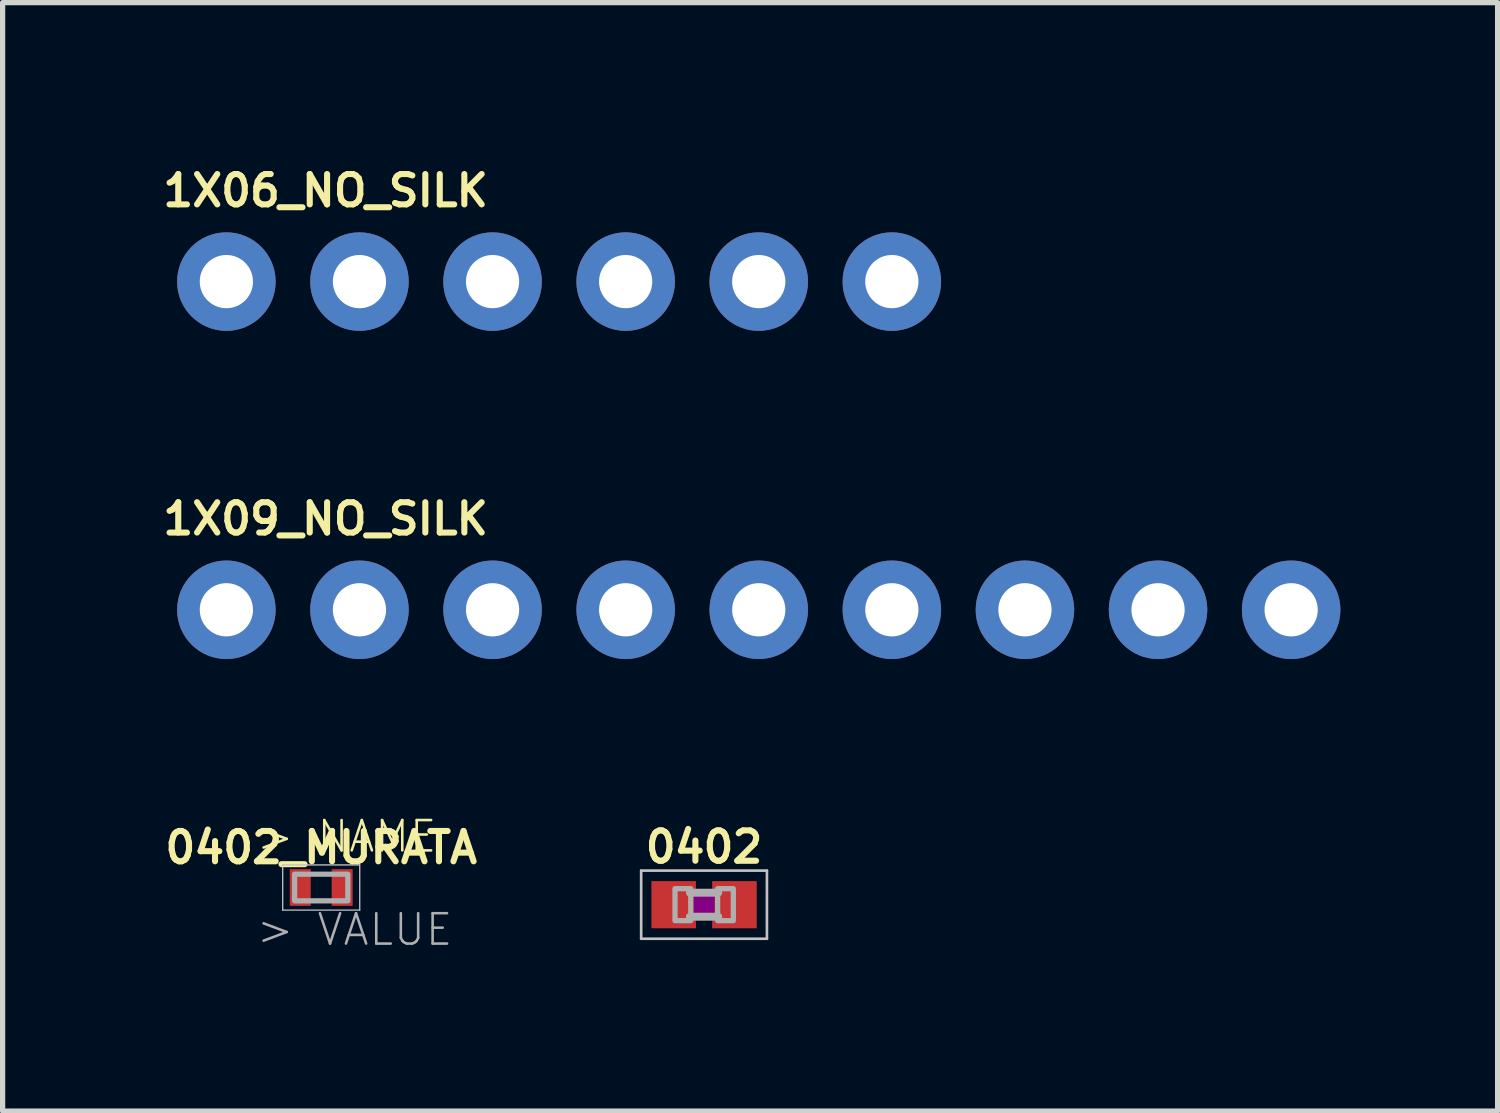
<source format=kicad_pcb>
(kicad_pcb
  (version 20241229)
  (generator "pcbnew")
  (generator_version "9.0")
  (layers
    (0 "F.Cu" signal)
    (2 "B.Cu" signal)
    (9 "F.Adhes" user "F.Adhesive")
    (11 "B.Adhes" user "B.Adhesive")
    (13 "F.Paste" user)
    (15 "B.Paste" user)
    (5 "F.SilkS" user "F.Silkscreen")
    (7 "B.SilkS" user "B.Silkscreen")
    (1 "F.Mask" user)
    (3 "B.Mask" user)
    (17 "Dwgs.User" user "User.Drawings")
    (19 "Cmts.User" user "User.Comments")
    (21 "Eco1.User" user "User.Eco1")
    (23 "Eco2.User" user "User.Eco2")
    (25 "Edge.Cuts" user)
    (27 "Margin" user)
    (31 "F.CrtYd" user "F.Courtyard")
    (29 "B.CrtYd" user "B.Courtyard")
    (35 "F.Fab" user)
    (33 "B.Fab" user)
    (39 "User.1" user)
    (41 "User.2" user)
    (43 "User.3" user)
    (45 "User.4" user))
  (footprint "0402"
    (layer "F.Cu")
    (at 10.386 14.215)
    (property "Reference" "0402" (at 0 -0.762 0) (layer "F.SilkS") (effects (font (size 0.579 0.579) (thickness 0.116)) (justify bottom)))
    (attr through_hole)
    (fp_poly (pts (xy -0.2 0.3) (xy 0.2 0.3) (xy 0.2 -0.3) (xy -0.2 -0.3)) (stroke (width 0) (type solid)) (fill yes) (layer "F.Adhes"))
    (fp_line (start -1.2 -0.65) (end 1.2 -0.65) (stroke (width 0.051) (type solid)) (layer "Dwgs.User"))
    (fp_line (start -1.2 0.65) (end -1.2 -0.65) (stroke (width 0.051) (type solid)) (layer "Dwgs.User"))
    (fp_line (start 1.2 -0.65) (end 1.2 0.65) (stroke (width 0.051) (type solid)) (layer "Dwgs.User"))
    (fp_line (start 1.2 0.65) (end -1.2 0.65) (stroke (width 0.051) (type solid)) (layer "Dwgs.User"))
    (fp_line (start -0.27 -0.229) (end 0.27 -0.229) (stroke (width 0.152) (type solid)) (layer "F.Fab"))
    (fp_line (start 0.27 0.229) (end -0.27 0.229) (stroke (width 0.152) (type solid)) (layer "F.Fab"))
    (fp_poly (pts (xy -0.554 0.305) (xy -0.254 0.305) (xy -0.254 -0.305) (xy -0.554 -0.305)) (stroke (width 0.1) (type solid)) (fill no) (layer "F.Fab"))
    (fp_poly (pts (xy 0.259 0.305) (xy 0.559 0.305) (xy 0.559 -0.305) (xy 0.259 -0.305)) (stroke (width 0.1) (type solid)) (fill no) (layer "F.Fab"))
    (pad "1" smd rect (at -0.58 0) (size 0.85 0.9) (layers "F.Cu" "F.Mask" "F.Paste"))
    (pad "2" smd rect (at 0.58 0) (size 0.85 0.9) (layers "F.Cu" "F.Mask" "F.Paste")))
  (footprint "0402_MURATA"
    (layer "F.Cu")
    (at 3.08 13.887)
    (property "Reference" "0402_MURATA" (at 0 -0.762 0) (layer "F.SilkS") (effects (font (size 0.579 0.579) (thickness 0.116))))
    (attr through_hole)
    (fp_poly (pts (xy -0.61 0.356) (xy -0.191 0.356) (xy -0.191 -0.356) (xy -0.61 -0.356)) (stroke (width 0) (type solid)) (fill yes) (layer "F.Mask"))
    (fp_poly (pts (xy 0.191 0.356) (xy 0.61 0.356) (xy 0.61 -0.356) (xy 0.191 -0.356)) (stroke (width 0) (type solid)) (fill yes) (layer "F.Mask"))
    (fp_line (start -0.735 -0.431) (end 0.735 -0.431) (stroke (width 0.025) (type solid)) (layer "Dwgs.User"))
    (fp_line (start -0.735 0.431) (end -0.735 -0.431) (stroke (width 0.025) (type solid)) (layer "Dwgs.User"))
    (fp_line (start 0.735 -0.431) (end 0.735 0.431) (stroke (width 0.025) (type solid)) (layer "Dwgs.User"))
    (fp_line (start 0.735 0.431) (end -0.735 0.431) (stroke (width 0.025) (type solid)) (layer "Dwgs.User"))
    (fp_poly (pts (xy -0.508 0.254) (xy 0.508 0.254) (xy 0.508 -0.254) (xy -0.508 -0.254)) (stroke (width 0.1) (type solid)) (fill no) (layer "F.Fab"))
    (fp_text user "> NAME" (at -1.27 -0.635 0) (layer "F.SilkS") (effects (font (size 0.579 0.579) (thickness 0.049)) (justify left bottom)))
    (fp_text user "> VALUE" (at -1.27 1.143 0) (layer "F.Fab") (effects (font (size 0.579 0.579) (thickness 0.049)) (justify left bottom)))
    (pad "P1" smd rect (at -0.4 0) (size 0.4 0.7) (layers "F.Cu" "F.Mask" "F.Paste"))
    (pad "P2" smd rect (at 0.4 0) (size 0.4 0.7) (layers "F.Cu" "F.Mask" "F.Paste")))
  (footprint "1X09_NO_SILK"
    (layer "F.Cu")
    (at 1.27 8.587)
    (property "Reference" "1X09_NO_SILK" (at -1.27 -1.397 180) (layer "F.SilkS") (effects (font (size 0.579 0.579) (thickness 0.116)) (justify left bottom)))
    (attr through_hole)
    (fp_poly (pts (xy -0.254 0.254) (xy 0.254 0.254) (xy 0.254 -0.254) (xy -0.254 -0.254)) (stroke (width 0.1) (type solid)) (fill no) (layer "F.Fab"))
    (fp_poly (pts (xy 2.286 0.254) (xy 2.794 0.254) (xy 2.794 -0.254) (xy 2.286 -0.254)) (stroke (width 0.1) (type solid)) (fill no) (layer "F.Fab"))
    (fp_poly (pts (xy 4.826 0.254) (xy 5.334 0.254) (xy 5.334 -0.254) (xy 4.826 -0.254)) (stroke (width 0.1) (type solid)) (fill no) (layer "F.Fab"))
    (fp_poly (pts (xy 7.366 0.254) (xy 7.874 0.254) (xy 7.874 -0.254) (xy 7.366 -0.254)) (stroke (width 0.1) (type solid)) (fill no) (layer "F.Fab"))
    (fp_poly (pts (xy 9.906 0.254) (xy 10.414 0.254) (xy 10.414 -0.254) (xy 9.906 -0.254)) (stroke (width 0.1) (type solid)) (fill no) (layer "F.Fab"))
    (fp_poly (pts (xy 12.446 0.254) (xy 12.954 0.254) (xy 12.954 -0.254) (xy 12.446 -0.254)) (stroke (width 0.1) (type solid)) (fill no) (layer "F.Fab"))
    (fp_poly (pts (xy 14.986 0.254) (xy 15.494 0.254) (xy 15.494 -0.254) (xy 14.986 -0.254)) (stroke (width 0.1) (type solid)) (fill no) (layer "F.Fab"))
    (fp_poly (pts (xy 17.526 0.254) (xy 18.034 0.254) (xy 18.034 -0.254) (xy 17.526 -0.254)) (stroke (width 0.1) (type solid)) (fill no) (layer "F.Fab"))
    (fp_poly (pts (xy 20.066 0.254) (xy 20.574 0.254) (xy 20.574 -0.254) (xy 20.066 -0.254)) (stroke (width 0.1) (type solid)) (fill no) (layer "F.Fab"))
    (pad "1" thru_hole circle (at 0 0 90) (size 1.88 1.88) (drill 1.016) (layers "*.Cu" "*.Mask"))
    (pad "2" thru_hole circle (at 2.54 0 90) (size 1.88 1.88) (drill 1.016) (layers "*.Cu" "*.Mask"))
    (pad "3" thru_hole circle (at 5.08 0 90) (size 1.88 1.88) (drill 1.016) (layers "*.Cu" "*.Mask"))
    (pad "4" thru_hole circle (at 7.62 0 90) (size 1.88 1.88) (drill 1.016) (layers "*.Cu" "*.Mask"))
    (pad "5" thru_hole circle (at 10.16 0 90) (size 1.88 1.88) (drill 1.016) (layers "*.Cu" "*.Mask"))
    (pad "6" thru_hole circle (at 12.7 0 90) (size 1.88 1.88) (drill 1.016) (layers "*.Cu" "*.Mask"))
    (pad "7" thru_hole circle (at 15.24 0 90) (size 1.88 1.88) (drill 1.016) (layers "*.Cu" "*.Mask"))
    (pad "8" thru_hole circle (at 17.78 0 90) (size 1.88 1.88) (drill 1.016) (layers "*.Cu" "*.Mask"))
    (pad "9" thru_hole circle (at 20.32 0 90) (size 1.88 1.88) (drill 1.016) (layers "*.Cu" "*.Mask")))
  (footprint "1X06_NO_SILK"
    (layer "F.Cu")
    (at 1.27 2.324)
    (property "Reference" "1X06_NO_SILK" (at -1.27 -1.397 180) (layer "F.SilkS") (effects (font (size 0.579 0.579) (thickness 0.116)) (justify left bottom)))
    (attr through_hole)
    (fp_poly (pts (xy -0.254 0.254) (xy 0.254 0.254) (xy 0.254 -0.254) (xy -0.254 -0.254)) (stroke (width 0.1) (type solid)) (fill no) (layer "F.Fab"))
    (fp_poly (pts (xy 2.286 0.254) (xy 2.794 0.254) (xy 2.794 -0.254) (xy 2.286 -0.254)) (stroke (width 0.1) (type solid)) (fill no) (layer "F.Fab"))
    (fp_poly (pts (xy 4.826 0.254) (xy 5.334 0.254) (xy 5.334 -0.254) (xy 4.826 -0.254)) (stroke (width 0.1) (type solid)) (fill no) (layer "F.Fab"))
    (fp_poly (pts (xy 7.366 0.254) (xy 7.874 0.254) (xy 7.874 -0.254) (xy 7.366 -0.254)) (stroke (width 0.1) (type solid)) (fill no) (layer "F.Fab"))
    (fp_poly (pts (xy 9.906 0.254) (xy 10.414 0.254) (xy 10.414 -0.254) (xy 9.906 -0.254)) (stroke (width 0.1) (type solid)) (fill no) (layer "F.Fab"))
    (fp_poly (pts (xy 12.446 0.254) (xy 12.954 0.254) (xy 12.954 -0.254) (xy 12.446 -0.254)) (stroke (width 0.1) (type solid)) (fill no) (layer "F.Fab"))
    (pad "1" thru_hole circle (at 0 0 90) (size 1.88 1.88) (drill 1.016) (layers "*.Cu" "*.Mask"))
    (pad "2" thru_hole circle (at 2.54 0 90) (size 1.88 1.88) (drill 1.016) (layers "*.Cu" "*.Mask"))
    (pad "3" thru_hole circle (at 5.08 0 90) (size 1.88 1.88) (drill 1.016) (layers "*.Cu" "*.Mask"))
    (pad "4" thru_hole circle (at 7.62 0 90) (size 1.88 1.88) (drill 1.016) (layers "*.Cu" "*.Mask"))
    (pad "5" thru_hole circle (at 10.16 0 90) (size 1.88 1.88) (drill 1.016) (layers "*.Cu" "*.Mask"))
    (pad "6" thru_hole circle (at 12.7 0 90) (size 1.88 1.88) (drill 1.016) (layers "*.Cu" "*.Mask")))
  (gr_rect
    (start -3 -3)
    (end 25.53 18.154)
    (stroke (width 0.1) (type default))
    (fill no)
    (layer "Edge.Cuts")))
</source>
